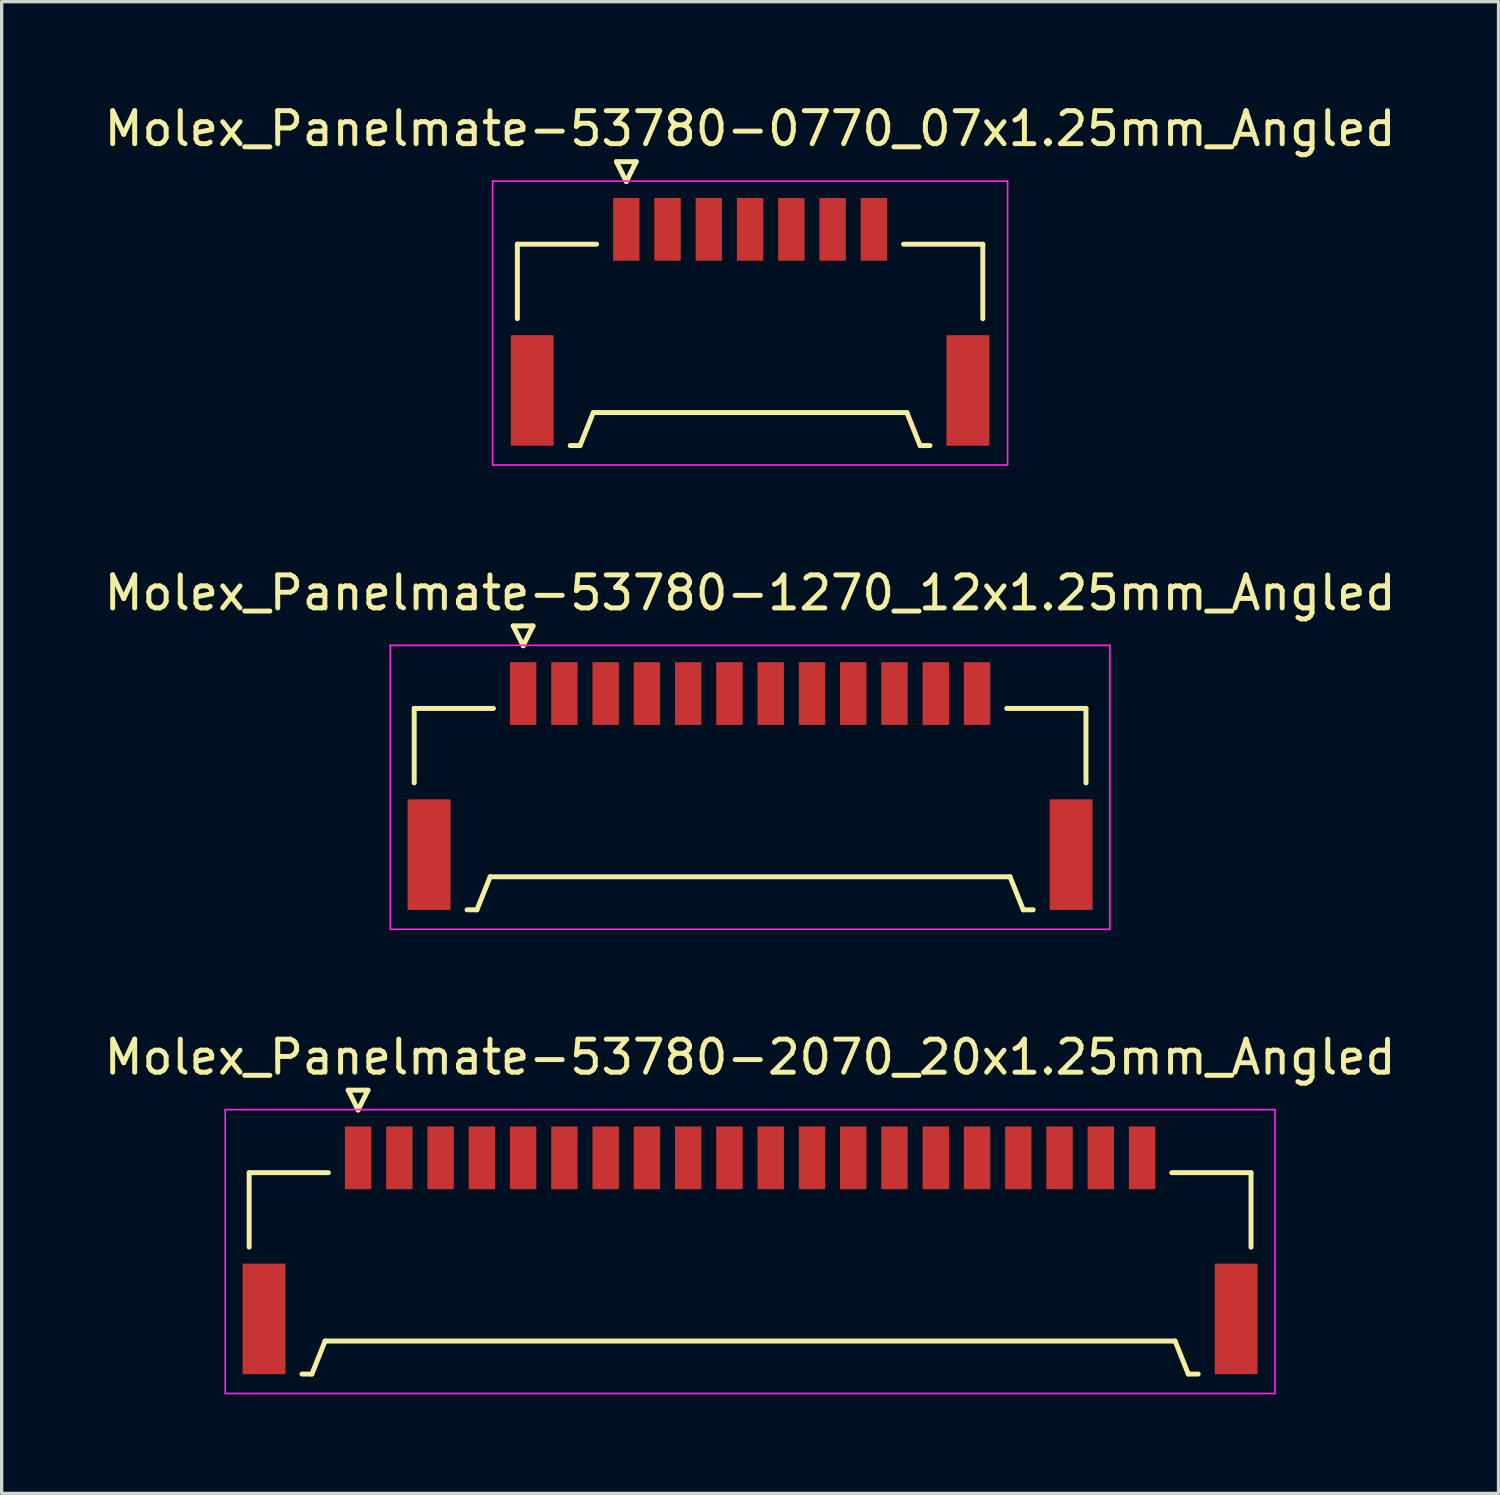
<source format=kicad_pcb>
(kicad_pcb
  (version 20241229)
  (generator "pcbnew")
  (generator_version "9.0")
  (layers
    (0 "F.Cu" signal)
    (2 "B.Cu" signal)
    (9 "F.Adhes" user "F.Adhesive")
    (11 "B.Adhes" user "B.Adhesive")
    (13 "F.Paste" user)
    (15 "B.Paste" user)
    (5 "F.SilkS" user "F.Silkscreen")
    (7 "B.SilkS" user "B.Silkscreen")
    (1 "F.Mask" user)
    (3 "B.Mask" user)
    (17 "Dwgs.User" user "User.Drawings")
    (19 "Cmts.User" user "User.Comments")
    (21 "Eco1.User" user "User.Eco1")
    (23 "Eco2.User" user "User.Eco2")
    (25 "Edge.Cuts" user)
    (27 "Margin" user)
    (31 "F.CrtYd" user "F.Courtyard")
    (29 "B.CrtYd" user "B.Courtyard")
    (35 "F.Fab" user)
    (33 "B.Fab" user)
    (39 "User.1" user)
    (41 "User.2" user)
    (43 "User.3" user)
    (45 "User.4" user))
  (footprint "Molex_Panelmate-53780-1270_12x1.25mm_Angled"
    (layer "F.Cu")
    (at 19.673 20.401)
    (property "Reference" "Molex_Panelmate-53780-1270_12x1.25mm_Angled" (at 0 -5.49 0) (layer "F.SilkS") (effects (font (size 1 1) (thickness 0.15))))
    (attr smd)
    (fp_line (start -10.175 -1.99) (end -10.175 0.265) (stroke (width 0.15) (type solid)) (layer "F.SilkS"))
    (fp_line (start -8.575 4.11) (end -8.275 4.11) (stroke (width 0.15) (type solid)) (layer "F.SilkS"))
    (fp_line (start -8.275 4.11) (end -7.875 3.11) (stroke (width 0.15) (type solid)) (layer "F.SilkS"))
    (fp_line (start -7.875 3.11) (end 7.875 3.11) (stroke (width 0.15) (type solid)) (layer "F.SilkS"))
    (fp_line (start -7.775 -1.99) (end -10.175 -1.99) (stroke (width 0.15) (type solid)) (layer "F.SilkS"))
    (fp_line (start -7.175 -4.49) (end -6.875 -3.89) (stroke (width 0.15) (type solid)) (layer "F.SilkS"))
    (fp_line (start -6.875 -3.89) (end -6.575 -4.49) (stroke (width 0.15) (type solid)) (layer "F.SilkS"))
    (fp_line (start -6.575 -4.49) (end -7.175 -4.49) (stroke (width 0.15) (type solid)) (layer "F.SilkS"))
    (fp_line (start 7.775 -1.99) (end 10.175 -1.99) (stroke (width 0.15) (type solid)) (layer "F.SilkS"))
    (fp_line (start 7.875 3.11) (end 8.275 4.11) (stroke (width 0.15) (type solid)) (layer "F.SilkS"))
    (fp_line (start 8.275 4.11) (end 8.575 4.11) (stroke (width 0.15) (type solid)) (layer "F.SilkS"))
    (fp_line (start 10.175 -1.99) (end 10.175 0.265) (stroke (width 0.15) (type solid)) (layer "F.SilkS"))
    (fp_line (start -10.9 -3.9) (end -10.9 4.7) (stroke (width 0.05) (type solid)) (layer "F.CrtYd"))
    (fp_line (start -10.9 4.7) (end 10.9 4.7) (stroke (width 0.05) (type solid)) (layer "F.CrtYd"))
    (fp_line (start 10.9 -3.9) (end -10.9 -3.9) (stroke (width 0.05) (type solid)) (layer "F.CrtYd"))
    (fp_line (start 10.9 4.7) (end 10.9 -3.9) (stroke (width 0.05) (type solid)) (layer "F.CrtYd"))
    (pad "" smd rect (at -9.725 2.44) (size 1.3 3.35) (layers "F.Cu" "F.Mask" "F.Paste"))
    (pad "" smd rect (at 9.725 2.44) (size 1.3 3.35) (layers "F.Cu" "F.Mask" "F.Paste"))
    (pad "1" smd rect (at -6.875 -2.44) (size 0.8 1.9) (layers "F.Cu" "F.Mask" "F.Paste"))
    (pad "2" smd rect (at -5.625 -2.44) (size 0.8 1.9) (layers "F.Cu" "F.Mask" "F.Paste"))
    (pad "3" smd rect (at -4.375 -2.44) (size 0.8 1.9) (layers "F.Cu" "F.Mask" "F.Paste"))
    (pad "4" smd rect (at -3.125 -2.44) (size 0.8 1.9) (layers "F.Cu" "F.Mask" "F.Paste"))
    (pad "5" smd rect (at -1.875 -2.44) (size 0.8 1.9) (layers "F.Cu" "F.Mask" "F.Paste"))
    (pad "6" smd rect (at -0.625 -2.44) (size 0.8 1.9) (layers "F.Cu" "F.Mask" "F.Paste"))
    (pad "7" smd rect (at 0.625 -2.44) (size 0.8 1.9) (layers "F.Cu" "F.Mask" "F.Paste"))
    (pad "8" smd rect (at 1.875 -2.44) (size 0.8 1.9) (layers "F.Cu" "F.Mask" "F.Paste"))
    (pad "9" smd rect (at 3.125 -2.44) (size 0.8 1.9) (layers "F.Cu" "F.Mask" "F.Paste"))
    (pad "10" smd rect (at 4.375 -2.44) (size 0.8 1.9) (layers "F.Cu" "F.Mask" "F.Paste"))
    (pad "11" smd rect (at 5.625 -2.44) (size 0.8 1.9) (layers "F.Cu" "F.Mask" "F.Paste"))
    (pad "12" smd rect (at 6.875 -2.44) (size 0.8 1.9) (layers "F.Cu" "F.Mask" "F.Paste")))
  (footprint "Molex_Panelmate-53780-2070_20x1.25mm_Angled"
    (layer "F.Cu")
    (at 19.673 34.465)
    (property "Reference" "Molex_Panelmate-53780-2070_20x1.25mm_Angled" (at 0 -5.49 0) (layer "F.SilkS") (effects (font (size 1 1) (thickness 0.15))))
    (attr smd)
    (fp_line (start -15.175 -1.99) (end -15.175 0.265) (stroke (width 0.15) (type solid)) (layer "F.SilkS"))
    (fp_line (start -13.575 4.11) (end -13.275 4.11) (stroke (width 0.15) (type solid)) (layer "F.SilkS"))
    (fp_line (start -13.275 4.11) (end -12.875 3.11) (stroke (width 0.15) (type solid)) (layer "F.SilkS"))
    (fp_line (start -12.875 3.11) (end 12.875 3.11) (stroke (width 0.15) (type solid)) (layer "F.SilkS"))
    (fp_line (start -12.775 -1.99) (end -15.175 -1.99) (stroke (width 0.15) (type solid)) (layer "F.SilkS"))
    (fp_line (start -12.175 -4.49) (end -11.875 -3.89) (stroke (width 0.15) (type solid)) (layer "F.SilkS"))
    (fp_line (start -11.875 -3.89) (end -11.575 -4.49) (stroke (width 0.15) (type solid)) (layer "F.SilkS"))
    (fp_line (start -11.575 -4.49) (end -12.175 -4.49) (stroke (width 0.15) (type solid)) (layer "F.SilkS"))
    (fp_line (start 12.775 -1.99) (end 15.175 -1.99) (stroke (width 0.15) (type solid)) (layer "F.SilkS"))
    (fp_line (start 12.875 3.11) (end 13.275 4.11) (stroke (width 0.15) (type solid)) (layer "F.SilkS"))
    (fp_line (start 13.275 4.11) (end 13.575 4.11) (stroke (width 0.15) (type solid)) (layer "F.SilkS"))
    (fp_line (start 15.175 -1.99) (end 15.175 0.265) (stroke (width 0.15) (type solid)) (layer "F.SilkS"))
    (fp_line (start -15.9 -3.9) (end -15.9 4.7) (stroke (width 0.05) (type solid)) (layer "F.CrtYd"))
    (fp_line (start -15.9 4.7) (end 15.9 4.7) (stroke (width 0.05) (type solid)) (layer "F.CrtYd"))
    (fp_line (start 15.9 -3.9) (end -15.9 -3.9) (stroke (width 0.05) (type solid)) (layer "F.CrtYd"))
    (fp_line (start 15.9 4.7) (end 15.9 -3.9) (stroke (width 0.05) (type solid)) (layer "F.CrtYd"))
    (pad "" smd rect (at -14.725 2.44) (size 1.3 3.35) (layers "F.Cu" "F.Mask" "F.Paste"))
    (pad "" smd rect (at 14.725 2.44) (size 1.3 3.35) (layers "F.Cu" "F.Mask" "F.Paste"))
    (pad "1" smd rect (at -11.875 -2.44) (size 0.8 1.9) (layers "F.Cu" "F.Mask" "F.Paste"))
    (pad "2" smd rect (at -10.625 -2.44) (size 0.8 1.9) (layers "F.Cu" "F.Mask" "F.Paste"))
    (pad "3" smd rect (at -9.375 -2.44) (size 0.8 1.9) (layers "F.Cu" "F.Mask" "F.Paste"))
    (pad "4" smd rect (at -8.125 -2.44) (size 0.8 1.9) (layers "F.Cu" "F.Mask" "F.Paste"))
    (pad "5" smd rect (at -6.875 -2.44) (size 0.8 1.9) (layers "F.Cu" "F.Mask" "F.Paste"))
    (pad "6" smd rect (at -5.625 -2.44) (size 0.8 1.9) (layers "F.Cu" "F.Mask" "F.Paste"))
    (pad "7" smd rect (at -4.375 -2.44) (size 0.8 1.9) (layers "F.Cu" "F.Mask" "F.Paste"))
    (pad "8" smd rect (at -3.125 -2.44) (size 0.8 1.9) (layers "F.Cu" "F.Mask" "F.Paste"))
    (pad "9" smd rect (at -1.875 -2.44) (size 0.8 1.9) (layers "F.Cu" "F.Mask" "F.Paste"))
    (pad "10" smd rect (at -0.625 -2.44) (size 0.8 1.9) (layers "F.Cu" "F.Mask" "F.Paste"))
    (pad "11" smd rect (at 0.625 -2.44) (size 0.8 1.9) (layers "F.Cu" "F.Mask" "F.Paste"))
    (pad "12" smd rect (at 1.875 -2.44) (size 0.8 1.9) (layers "F.Cu" "F.Mask" "F.Paste"))
    (pad "13" smd rect (at 3.125 -2.44) (size 0.8 1.9) (layers "F.Cu" "F.Mask" "F.Paste"))
    (pad "14" smd rect (at 4.375 -2.44) (size 0.8 1.9) (layers "F.Cu" "F.Mask" "F.Paste"))
    (pad "15" smd rect (at 5.625 -2.44) (size 0.8 1.9) (layers "F.Cu" "F.Mask" "F.Paste"))
    (pad "16" smd rect (at 6.875 -2.44) (size 0.8 1.9) (layers "F.Cu" "F.Mask" "F.Paste"))
    (pad "17" smd rect (at 8.125 -2.44) (size 0.8 1.9) (layers "F.Cu" "F.Mask" "F.Paste"))
    (pad "18" smd rect (at 9.375 -2.44) (size 0.8 1.9) (layers "F.Cu" "F.Mask" "F.Paste"))
    (pad "19" smd rect (at 10.625 -2.44) (size 0.8 1.9) (layers "F.Cu" "F.Mask" "F.Paste"))
    (pad "20" smd rect (at 11.875 -2.44) (size 0.8 1.9) (layers "F.Cu" "F.Mask" "F.Paste")))
  (footprint "Molex_Panelmate-53780-0770_07x1.25mm_Angled"
    (layer "F.Cu")
    (at 19.673 6.338)
    (property "Reference" "Molex_Panelmate-53780-0770_07x1.25mm_Angled" (at 0 -5.49 0) (layer "F.SilkS") (effects (font (size 1 1) (thickness 0.15))))
    (attr smd)
    (fp_line (start -7.05 -1.99) (end -7.05 0.265) (stroke (width 0.15) (type solid)) (layer "F.SilkS"))
    (fp_line (start -5.45 4.11) (end -5.15 4.11) (stroke (width 0.15) (type solid)) (layer "F.SilkS"))
    (fp_line (start -5.15 4.11) (end -4.75 3.11) (stroke (width 0.15) (type solid)) (layer "F.SilkS"))
    (fp_line (start -4.75 3.11) (end 4.75 3.11) (stroke (width 0.15) (type solid)) (layer "F.SilkS"))
    (fp_line (start -4.65 -1.99) (end -7.05 -1.99) (stroke (width 0.15) (type solid)) (layer "F.SilkS"))
    (fp_line (start -4.05 -4.49) (end -3.75 -3.89) (stroke (width 0.15) (type solid)) (layer "F.SilkS"))
    (fp_line (start -3.75 -3.89) (end -3.45 -4.49) (stroke (width 0.15) (type solid)) (layer "F.SilkS"))
    (fp_line (start -3.45 -4.49) (end -4.05 -4.49) (stroke (width 0.15) (type solid)) (layer "F.SilkS"))
    (fp_line (start 4.65 -1.99) (end 7.05 -1.99) (stroke (width 0.15) (type solid)) (layer "F.SilkS"))
    (fp_line (start 4.75 3.11) (end 5.15 4.11) (stroke (width 0.15) (type solid)) (layer "F.SilkS"))
    (fp_line (start 5.15 4.11) (end 5.45 4.11) (stroke (width 0.15) (type solid)) (layer "F.SilkS"))
    (fp_line (start 7.05 -1.99) (end 7.05 0.265) (stroke (width 0.15) (type solid)) (layer "F.SilkS"))
    (fp_line (start -7.8 -3.9) (end -7.8 4.7) (stroke (width 0.05) (type solid)) (layer "F.CrtYd"))
    (fp_line (start -7.8 4.7) (end 7.8 4.7) (stroke (width 0.05) (type solid)) (layer "F.CrtYd"))
    (fp_line (start 7.8 -3.9) (end -7.8 -3.9) (stroke (width 0.05) (type solid)) (layer "F.CrtYd"))
    (fp_line (start 7.8 4.7) (end 7.8 -3.9) (stroke (width 0.05) (type solid)) (layer "F.CrtYd"))
    (pad "" smd rect (at -6.6 2.44) (size 1.3 3.35) (layers "F.Cu" "F.Mask" "F.Paste"))
    (pad "" smd rect (at 6.6 2.44) (size 1.3 3.35) (layers "F.Cu" "F.Mask" "F.Paste"))
    (pad "1" smd rect (at -3.75 -2.44) (size 0.8 1.9) (layers "F.Cu" "F.Mask" "F.Paste"))
    (pad "2" smd rect (at -2.5 -2.44) (size 0.8 1.9) (layers "F.Cu" "F.Mask" "F.Paste"))
    (pad "3" smd rect (at -1.25 -2.44) (size 0.8 1.9) (layers "F.Cu" "F.Mask" "F.Paste"))
    (pad "4" smd rect (at 0 -2.44) (size 0.8 1.9) (layers "F.Cu" "F.Mask" "F.Paste"))
    (pad "5" smd rect (at 1.25 -2.44) (size 0.8 1.9) (layers "F.Cu" "F.Mask" "F.Paste"))
    (pad "6" smd rect (at 2.5 -2.44) (size 0.8 1.9) (layers "F.Cu" "F.Mask" "F.Paste"))
    (pad "7" smd rect (at 3.75 -2.44) (size 0.8 1.9) (layers "F.Cu" "F.Mask" "F.Paste")))
  (gr_rect
    (start -3 -3)
    (end 42.345 42.19)
    (stroke (width 0.1) (type default))
    (fill no)
    (layer "Edge.Cuts")))
</source>
